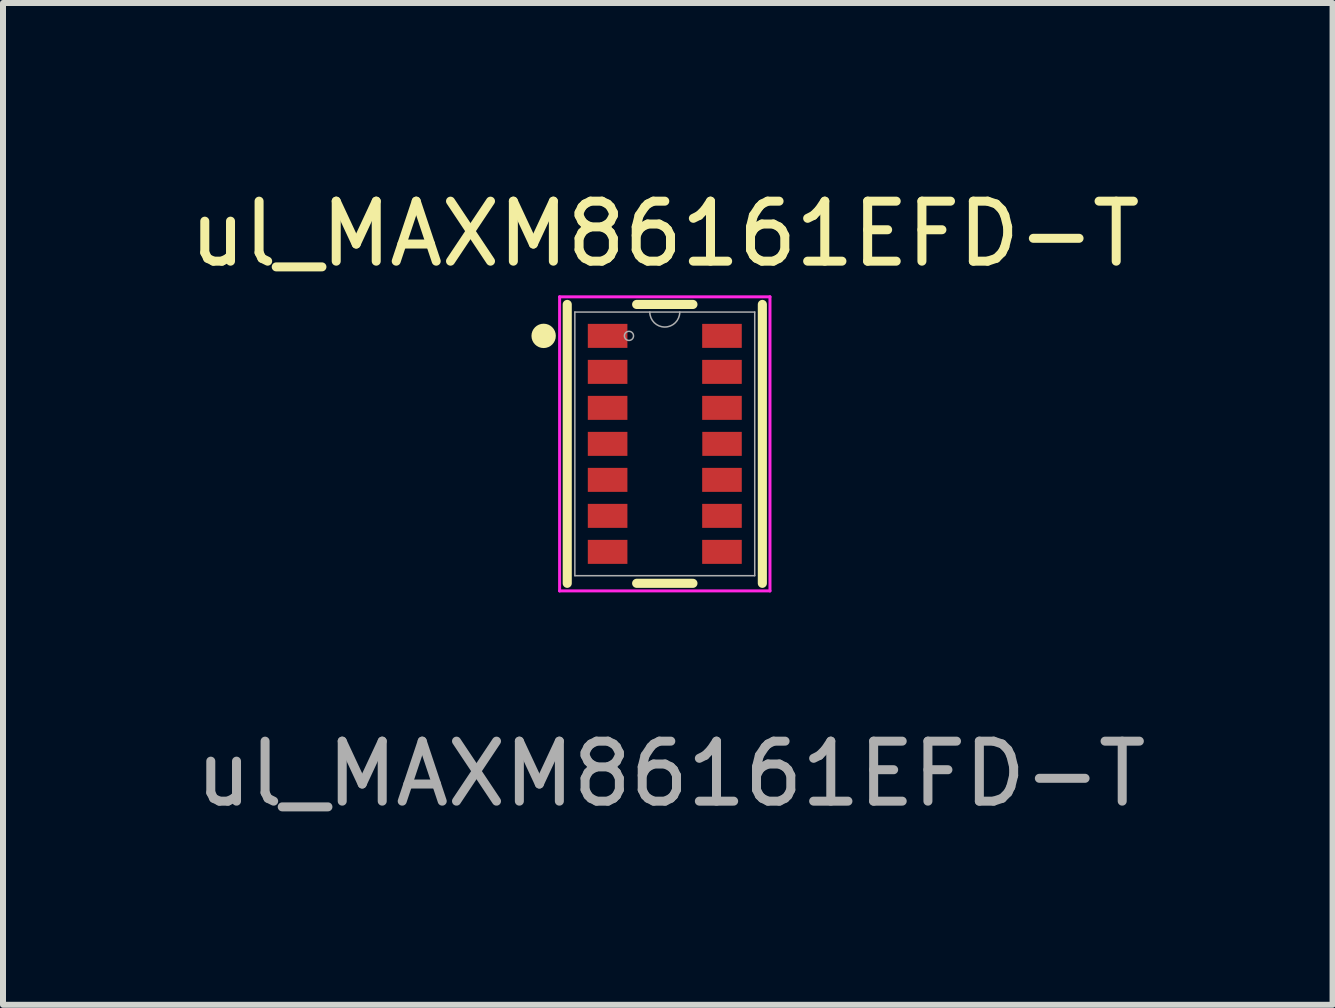
<source format=kicad_pcb>
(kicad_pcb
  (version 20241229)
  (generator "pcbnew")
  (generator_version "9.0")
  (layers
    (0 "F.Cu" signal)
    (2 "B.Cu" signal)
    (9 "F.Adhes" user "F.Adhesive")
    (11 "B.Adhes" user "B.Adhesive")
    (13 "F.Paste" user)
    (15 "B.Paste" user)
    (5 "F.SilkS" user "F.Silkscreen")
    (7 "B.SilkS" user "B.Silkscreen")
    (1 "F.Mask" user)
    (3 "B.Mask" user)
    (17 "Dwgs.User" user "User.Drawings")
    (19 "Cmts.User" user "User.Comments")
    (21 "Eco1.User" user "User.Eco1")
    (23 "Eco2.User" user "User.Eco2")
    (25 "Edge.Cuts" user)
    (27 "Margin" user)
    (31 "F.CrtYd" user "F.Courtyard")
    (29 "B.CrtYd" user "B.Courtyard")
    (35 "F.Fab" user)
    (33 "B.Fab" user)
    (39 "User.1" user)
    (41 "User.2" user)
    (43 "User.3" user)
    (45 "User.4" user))
  (footprint "ul_MAXM86161EFD-T"
    (layer "F.Cu")
    (at 8.03 4.348)
    (property "Reference" "ul_MAXM86161EFD-T" (at 0 -3.5 0) (unlocked yes) (layer "F.SilkS") (effects (font (size 1 1) (thickness 0.15))))
    (attr smd)
    (fp_line (start -1.626 -2.324) (end -1.626 2.324) (stroke (width 0.152) (type solid)) (layer "F.SilkS"))
    (fp_line (start -0.469 2.324) (end 0.469 2.324) (stroke (width 0.152) (type solid)) (layer "F.SilkS"))
    (fp_line (start 0.469 -2.324) (end -0.469 -2.324) (stroke (width 0.152) (type solid)) (layer "F.SilkS"))
    (fp_line (start 1.626 2.324) (end 1.626 -2.324) (stroke (width 0.152) (type solid)) (layer "F.SilkS"))
    (fp_circle (center -2.019 -1.8) (end -1.892 -1.8) (stroke (width 0.152) (type solid)) (fill yes) (layer "F.SilkS"))
    (fp_line (start -1.753 -2.451) (end 1.753 -2.451) (stroke (width 0.05) (type solid)) (layer "F.CrtYd"))
    (fp_line (start -1.753 2.451) (end -1.753 -2.451) (stroke (width 0.05) (type solid)) (layer "F.CrtYd"))
    (fp_line (start 1.753 -2.451) (end 1.753 2.451) (stroke (width 0.05) (type solid)) (layer "F.CrtYd"))
    (fp_line (start 1.753 2.451) (end -1.753 2.451) (stroke (width 0.05) (type solid)) (layer "F.CrtYd"))
    (fp_line (start -1.499 -2.197) (end -1.499 2.197) (stroke (width 0.025) (type solid)) (layer "F.Fab"))
    (fp_line (start -1.499 2.197) (end 1.499 2.197) (stroke (width 0.025) (type solid)) (layer "F.Fab"))
    (fp_line (start 1.499 -2.197) (end -1.499 -2.197) (stroke (width 0.025) (type solid)) (layer "F.Fab"))
    (fp_line (start 1.499 2.197) (end 1.499 -2.197) (stroke (width 0.025) (type solid)) (layer "F.Fab"))
    (fp_arc (start 0.249767 -2.1971) (mid 0 -1.947333) (end -0.249767 -2.1971) (stroke (width 0.0254) (type solid)) (layer "F.Fab"))
    (fp_circle (center -0.597 -1.8) (end -0.521 -1.8) (stroke (width 0.025) (type solid)) (fill no) (layer "F.Fab"))
    (fp_text user "${REFERENCE}" (at 0.1 5.5 0) (unlocked yes) (layer "F.Fab") (effects (font (size 1 1) (thickness 0.15))))
    (pad "1" smd rect (at -0.953 -1.8) (size 0.66 0.4) (layers "F.Cu" "F.Mask" "F.Paste"))
    (pad "2" smd rect (at -0.953 -1.2) (size 0.66 0.4) (layers "F.Cu" "F.Mask" "F.Paste"))
    (pad "3" smd rect (at -0.953 -0.6) (size 0.66 0.4) (layers "F.Cu" "F.Mask" "F.Paste"))
    (pad "4" smd rect (at -0.953 0) (size 0.66 0.4) (layers "F.Cu" "F.Mask" "F.Paste"))
    (pad "5" smd rect (at -0.953 0.6) (size 0.66 0.4) (layers "F.Cu" "F.Mask" "F.Paste"))
    (pad "6" smd rect (at -0.953 1.2) (size 0.66 0.4) (layers "F.Cu" "F.Mask" "F.Paste"))
    (pad "7" smd rect (at -0.953 1.8) (size 0.66 0.4) (layers "F.Cu" "F.Mask" "F.Paste"))
    (pad "8" smd rect (at 0.953 1.8) (size 0.66 0.4) (layers "F.Cu" "F.Mask" "F.Paste"))
    (pad "9" smd rect (at 0.953 1.2) (size 0.66 0.4) (layers "F.Cu" "F.Mask" "F.Paste"))
    (pad "10" smd rect (at 0.953 0.6) (size 0.66 0.4) (layers "F.Cu" "F.Mask" "F.Paste"))
    (pad "11" smd rect (at 0.954 0) (size 0.658 0.4) (layers "F.Cu" "F.Mask" "F.Paste"))
    (pad "12" smd rect (at 0.953 -0.6) (size 0.66 0.4) (layers "F.Cu" "F.Mask" "F.Paste"))
    (pad "13" smd rect (at 0.953 -1.2) (size 0.66 0.4) (layers "F.Cu" "F.Mask" "F.Paste"))
    (pad "14" smd rect (at 0.953 -1.8) (size 0.66 0.4) (layers "F.Cu" "F.Mask" "F.Paste")))
  (gr_rect
    (start -3 -3)
    (end 19.16 13.697)
    (stroke (width 0.1) (type default))
    (fill no)
    (layer "Edge.Cuts")))
</source>
